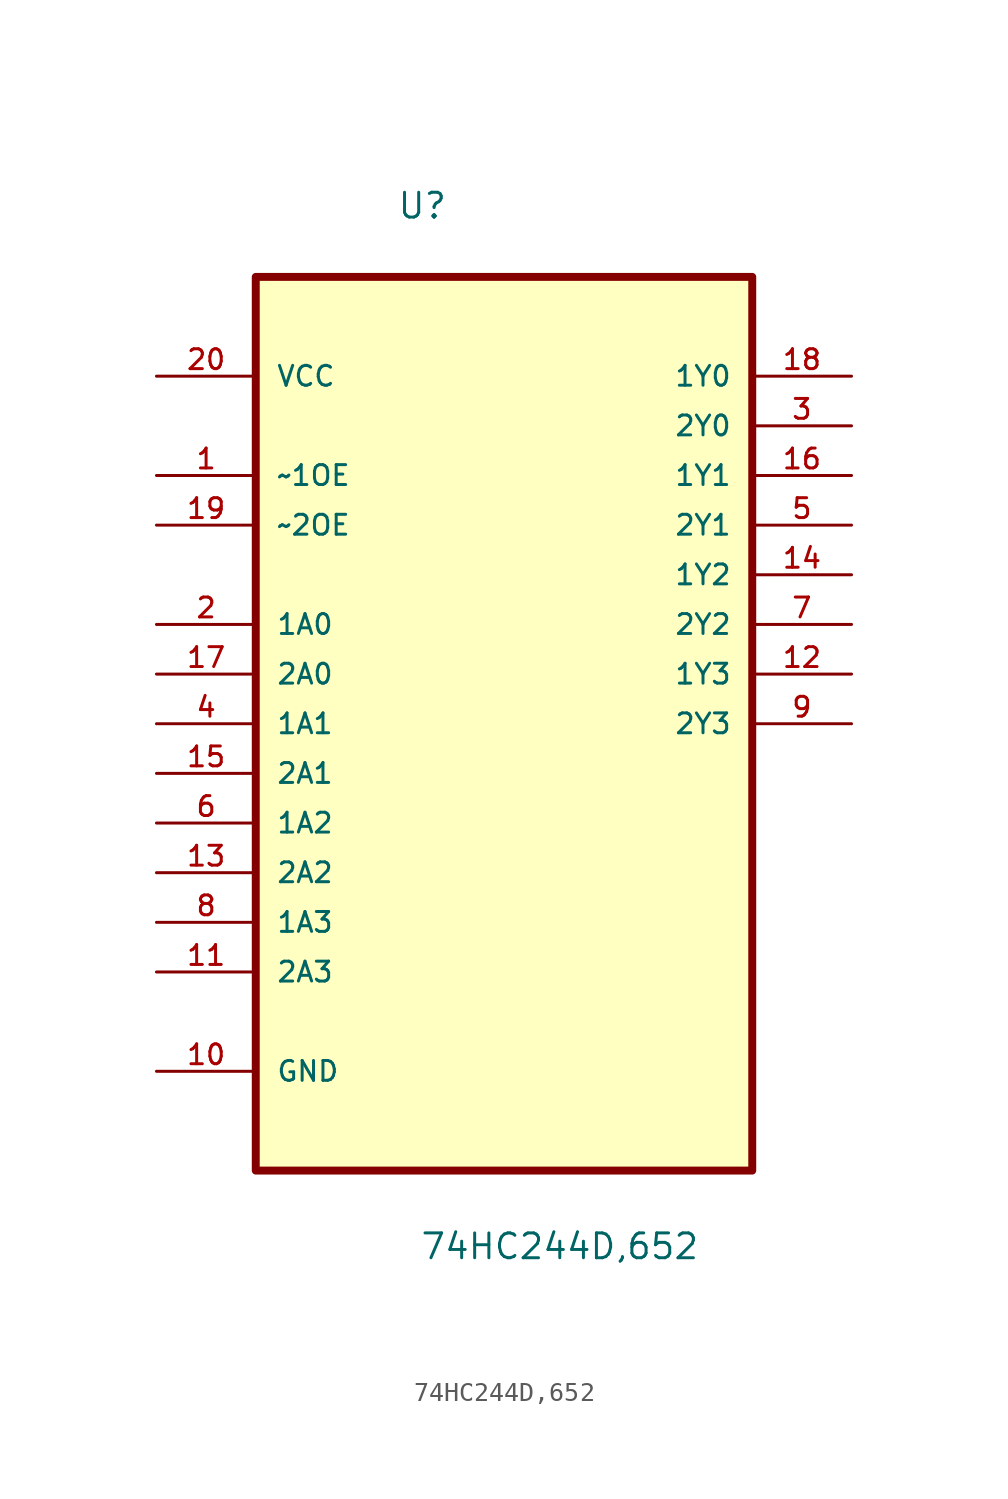
<source format=kicad_sym>
(kicad_symbol_lib
  (version 20211014)
  (generator kicad_symbol_editor)
  (symbol "74HC244D,652"
    (pin_names
      (offset 1.016))
    (property "Reference" "U"
      (at -5.492 23.216 0.0)
      (effects (font (size 1.27 1.27)) (justify bottom left)))
    (property "Value" "74HC244D,652"
      (at -4.322 -30.022 0.0)
      (effects (font (size 1.27 1.27)) (justify bottom left)))
    (symbol "74HC244D,652_0_0"
      (rectangle (start -12.7 -25.4) (end 12.7 20.32) (stroke (width 0.406)) (fill (type background)))
      (pin power_in line (at -17.78 15.24 0) (length 5.08) (name "VCC" (effects (font (size 1.016 1.016)))) (number "20" (effects (font (size 1.016 1.016)))))
      (pin input line (at -17.78 10.16 0) (length 5.08) (name "~1OE" (effects (font (size 1.016 1.016)))) (number "1" (effects (font (size 1.016 1.016)))))
      (pin input line (at -17.78 7.62 0) (length 5.08) (name "~2OE" (effects (font (size 1.016 1.016)))) (number "19" (effects (font (size 1.016 1.016)))))
      (pin input line (at -17.78 2.54 0) (length 5.08) (name "1A0" (effects (font (size 1.016 1.016)))) (number "2" (effects (font (size 1.016 1.016)))))
      (pin input line (at -17.78 0.0 0) (length 5.08) (name "2A0" (effects (font (size 1.016 1.016)))) (number "17" (effects (font (size 1.016 1.016)))))
      (pin input line (at -17.78 -2.54 0) (length 5.08) (name "1A1" (effects (font (size 1.016 1.016)))) (number "4" (effects (font (size 1.016 1.016)))))
      (pin input line (at -17.78 -5.08 0) (length 5.08) (name "2A1" (effects (font (size 1.016 1.016)))) (number "15" (effects (font (size 1.016 1.016)))))
      (pin input line (at -17.78 -7.62 0) (length 5.08) (name "1A2" (effects (font (size 1.016 1.016)))) (number "6" (effects (font (size 1.016 1.016)))))
      (pin input line (at -17.78 -10.16 0) (length 5.08) (name "2A2" (effects (font (size 1.016 1.016)))) (number "13" (effects (font (size 1.016 1.016)))))
      (pin input line (at -17.78 -12.7 0) (length 5.08) (name "1A3" (effects (font (size 1.016 1.016)))) (number "8" (effects (font (size 1.016 1.016)))))
      (pin input line (at -17.78 -15.24 0) (length 5.08) (name "2A3" (effects (font (size 1.016 1.016)))) (number "11" (effects (font (size 1.016 1.016)))))
      (pin passive line (at -17.78 -20.32 0) (length 5.08) (name "GND" (effects (font (size 1.016 1.016)))) (number "10" (effects (font (size 1.016 1.016)))))
      (pin output line (at 17.78 15.24 180.0) (length 5.08) (name "1Y0" (effects (font (size 1.016 1.016)))) (number "18" (effects (font (size 1.016 1.016)))))
      (pin output line (at 17.78 12.7 180.0) (length 5.08) (name "2Y0" (effects (font (size 1.016 1.016)))) (number "3" (effects (font (size 1.016 1.016)))))
      (pin output line (at 17.78 10.16 180.0) (length 5.08) (name "1Y1" (effects (font (size 1.016 1.016)))) (number "16" (effects (font (size 1.016 1.016)))))
      (pin output line (at 17.78 7.62 180.0) (length 5.08) (name "2Y1" (effects (font (size 1.016 1.016)))) (number "5" (effects (font (size 1.016 1.016)))))
      (pin output line (at 17.78 5.08 180.0) (length 5.08) (name "1Y2" (effects (font (size 1.016 1.016)))) (number "14" (effects (font (size 1.016 1.016)))))
      (pin output line (at 17.78 2.54 180.0) (length 5.08) (name "2Y2" (effects (font (size 1.016 1.016)))) (number "7" (effects (font (size 1.016 1.016)))))
      (pin output line (at 17.78 0.0 180.0) (length 5.08) (name "1Y3" (effects (font (size 1.016 1.016)))) (number "12" (effects (font (size 1.016 1.016)))))
      (pin output line (at 17.78 -2.54 180.0) (length 5.08) (name "2Y3" (effects (font (size 1.016 1.016)))) (number "9" (effects (font (size 1.016 1.016))))))))
</source>
